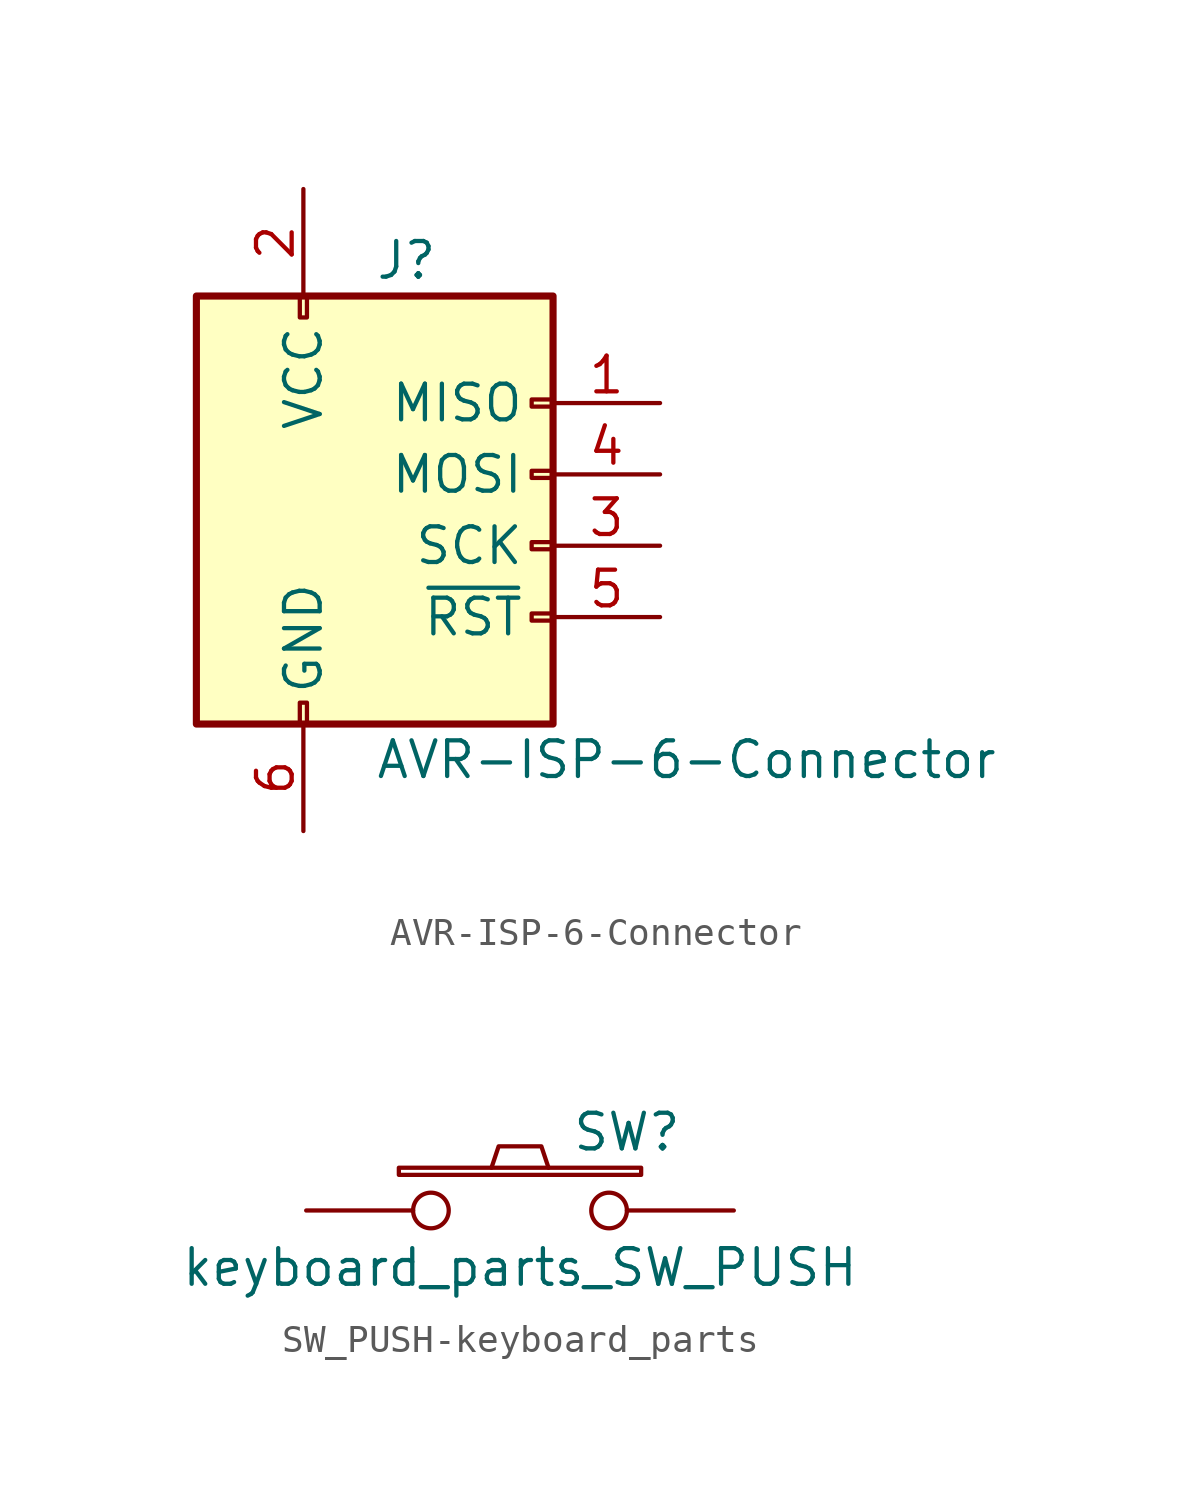
<source format=kicad_sym>
(kicad_symbol_lib
  (version 20231120)
  (generator "kicad_symbol_editor")
  (generator_version "8.0")
  (symbol "AVR-ISP-6-Connector"
    (pin_names
      (offset 1.016))
    (property "Reference" "J"
      (at 0 10.16 0)
      (effects (font (size 1.27 1.27)) (justify left)))
    (property "Value" "AVR-ISP-6-Connector"
      (at 0 -7.62 0)
      (effects (font (size 1.27 1.27)) (justify left)))
    (symbol "AVR-ISP-6-Connector_0_1"
      (rectangle (start -2.667 -5.588) (end -2.413 -6.35) (stroke (width 0) (type solid)) (fill (type none)))
      (rectangle (start -2.667 8.89) (end -2.413 8.128) (stroke (width 0) (type solid)) (fill (type none)))
      (rectangle (start 6.35 -2.413) (end 5.588 -2.667) (stroke (width 0) (type solid)) (fill (type none)))
      (rectangle (start 6.35 0.127) (end 5.588 -0.127) (stroke (width 0) (type solid)) (fill (type none)))
      (rectangle (start 6.35 2.667) (end 5.588 2.413) (stroke (width 0) (type solid)) (fill (type none)))
      (rectangle (start 6.35 5.207) (end 5.588 4.953) (stroke (width 0) (type solid)) (fill (type none)))
      (rectangle (start 6.35 8.89) (end -6.35 -6.35) (stroke (width 0.254) (type solid)) (fill (type background))))
    (symbol "AVR-ISP-6-Connector_1_1"
      (pin passive line (at 10.16 5.08 180) (length 3.81) (name "MISO" (effects (font (size 1.27 1.27)))) (number "1" (effects (font (size 1.27 1.27)))))
      (pin power_in line (at -2.54 12.7 270) (length 3.81) (name "VCC" (effects (font (size 1.27 1.27)))) (number "2" (effects (font (size 1.27 1.27)))))
      (pin passive line (at 10.16 0 180) (length 3.81) (name "SCK" (effects (font (size 1.27 1.27)))) (number "3" (effects (font (size 1.27 1.27)))))
      (pin passive line (at 10.16 2.54 180) (length 3.81) (name "MOSI" (effects (font (size 1.27 1.27)))) (number "4" (effects (font (size 1.27 1.27)))))
      (pin passive line (at 10.16 -2.54 180) (length 3.81) (name "~{RST}" (effects (font (size 1.27 1.27)))) (number "5" (effects (font (size 1.27 1.27)))))
      (pin power_in line (at -2.54 -10.16 90) (length 3.81) (name "GND" (effects (font (size 1.27 1.27)))) (number "6" (effects (font (size 1.27 1.27)))))))
  (symbol "SW_PUSH-keyboard_parts"
    (pin_numbers hide)
    (pin_names
      (offset 1.016) hide)
    (property "Reference" "SW"
      (at 3.81 2.794 0)
      (effects (font (size 1.27 1.27))))
    (property "Value" "keyboard_parts_SW_PUSH"
      (at 0 -2.032 0)
      (effects (font (size 1.27 1.27))))
    (property "Footprint" ""
      (at 0 0 0)
      (effects (font (size 1.524 1.524))))
    (property "Datasheet" ""
      (at 0 0 0)
      (effects (font (size 1.524 1.524))))
    (symbol "SW_PUSH-keyboard_parts_0_1"
      (rectangle (start -4.318 1.27) (end 4.318 1.524) (stroke (width 0) (type solid)) (fill (type none)))
      (polyline (pts (xy -1.016 1.524) (xy -0.762 2.286) (xy 0.762 2.286) (xy 1.016 1.524)) (stroke (width 0) (type solid)) (fill (type none)))
      (pin passive inverted (at 7.62 0 180) (length 5.08) (name "1" (effects (font (size 1.524 1.524)))) (number "1" (effects (font (size 1.524 1.524)))))
      (pin passive inverted (at -7.62 0 0) (length 5.08) (name "2" (effects (font (size 1.524 1.524)))) (number "2" (effects (font (size 1.524 1.524))))))))
</source>
